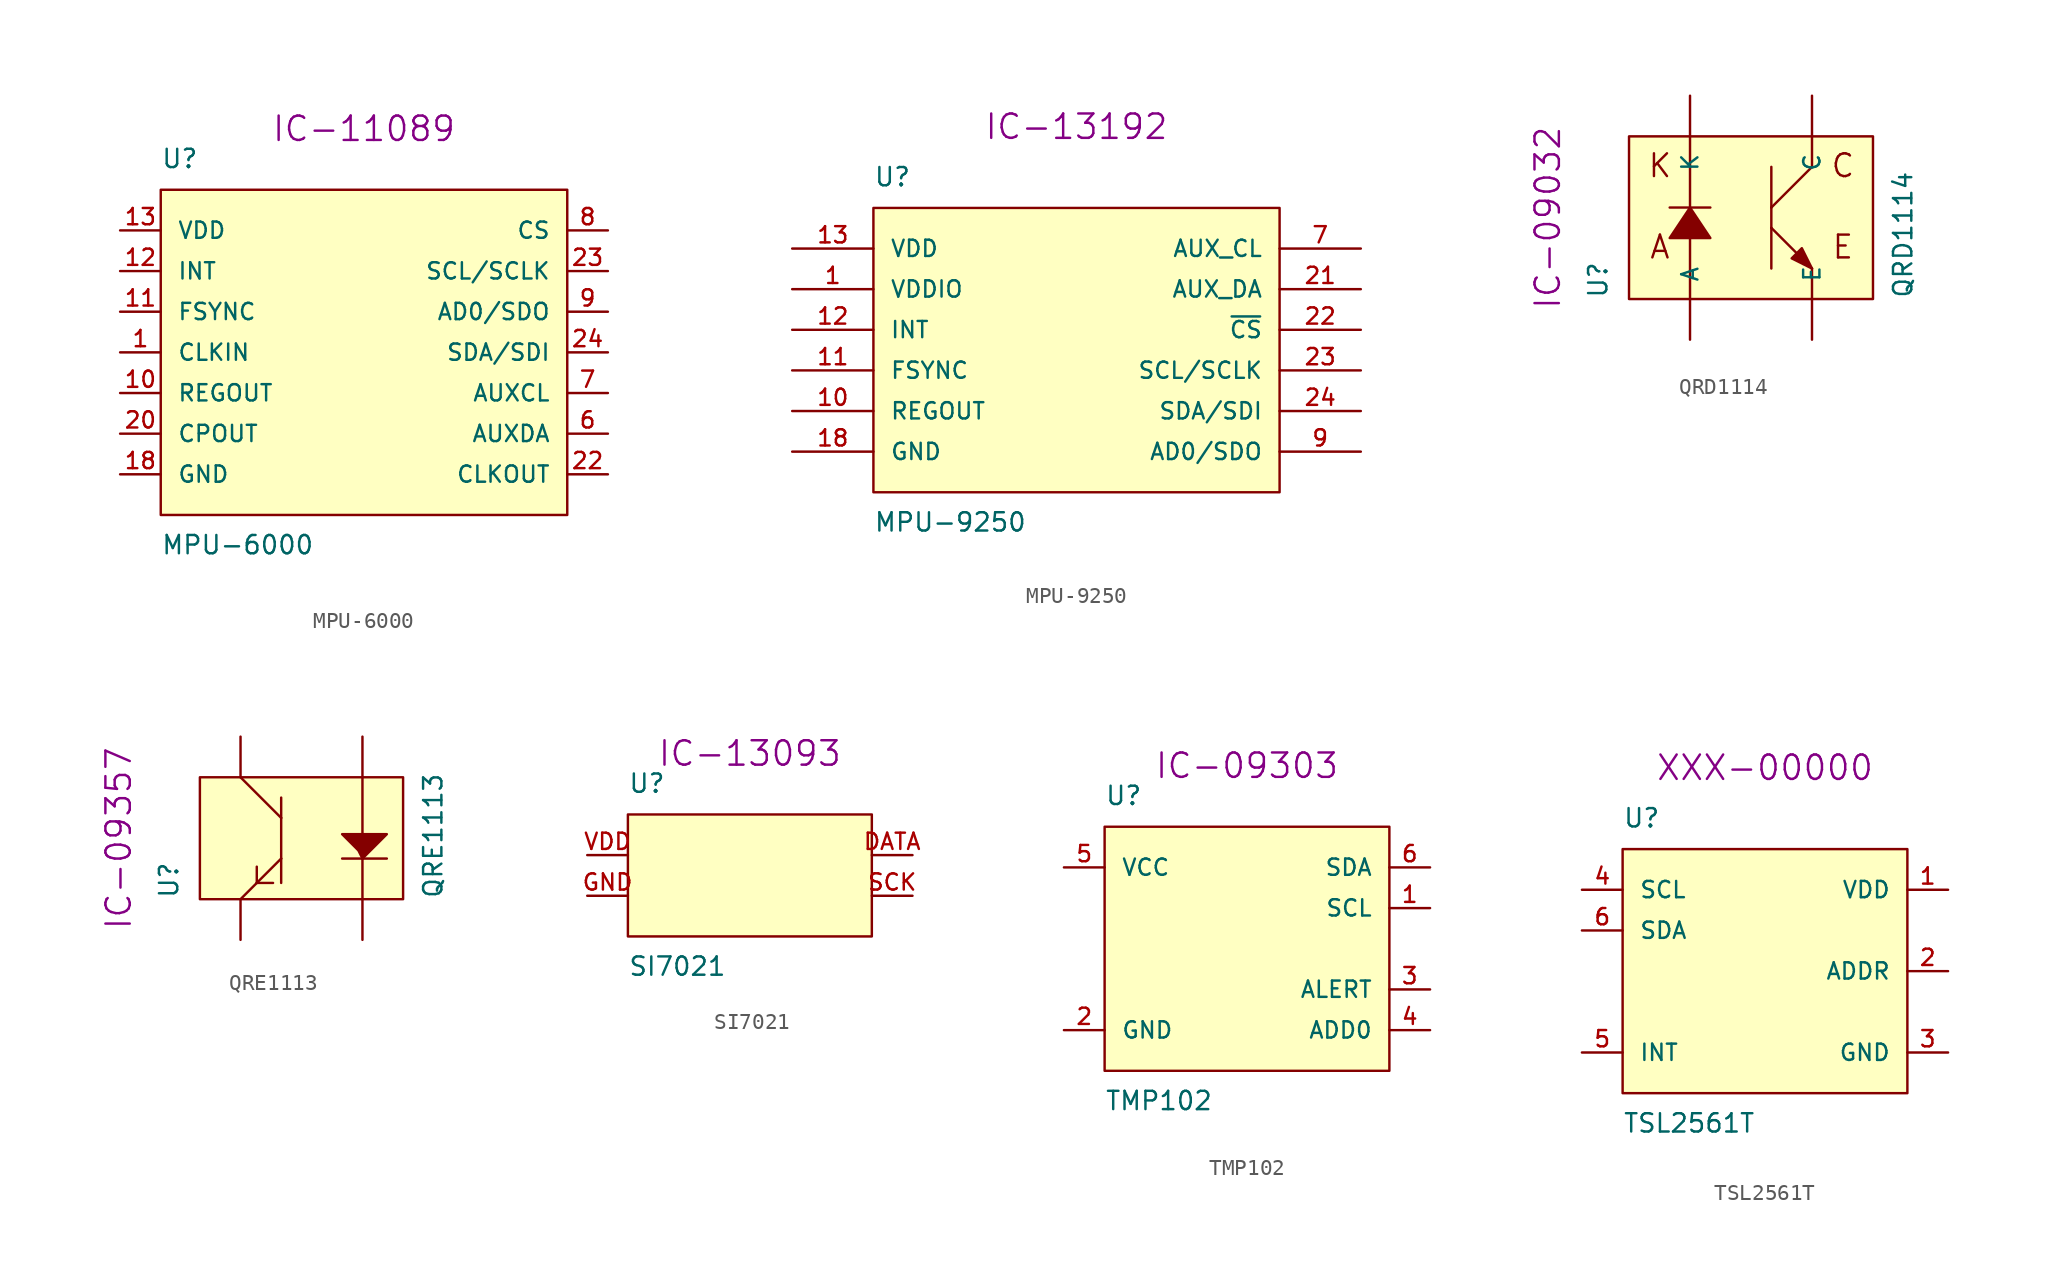
<source format=kicad_sym>
(kicad_symbol_lib
  (version 20220914)
  (generator kicad_symbol_editor)
  (symbol "MPU-6000"
    (pin_names
      (offset 1.016))
    (property "Reference" "U"
      (at -12.7 11.43 0)
      (effects (font (size 1.143 1.143)) (justify left bottom)))
    (property "Value" "MPU-6000"
      (at -12.7 -12.7 0)
      (effects (font (size 1.143 1.143)) (justify left bottom)))
    (property "Field4" "IC-11089"
      (at 0 13.97 0)
      (effects (font (size 1.524 1.524))))
    (property "ki_locked" ""
      (at 0 0 0)
      (effects (font (size 1.27 1.27))))
    (symbol "MPU-6000_1_1"
      (polyline (pts (xy -12.7 10.16) (xy -12.7 -10.16) (xy 12.7 -10.16) (xy 12.7 10.16) (xy -12.7 10.16)) (stroke (width 0) (type solid)) (fill (type background)))
      (pin bidirectional line (at -15.24 0 0) (length 2.54) (name "CLKIN" (effects (font (size 1.016 1.016)))) (number "1" (effects (font (size 1.016 1.016)))))
      (pin bidirectional line (at -15.24 -2.54 0) (length 2.54) (name "REGOUT" (effects (font (size 1.016 1.016)))) (number "10" (effects (font (size 1.016 1.016)))))
      (pin bidirectional line (at -15.24 2.54 0) (length 2.54) (name "FSYNC" (effects (font (size 1.016 1.016)))) (number "11" (effects (font (size 1.016 1.016)))))
      (pin bidirectional line (at -15.24 5.08 0) (length 2.54) (name "INT" (effects (font (size 1.016 1.016)))) (number "12" (effects (font (size 1.016 1.016)))))
      (pin bidirectional line (at -15.24 7.62 0) (length 2.54) (name "VDD" (effects (font (size 1.016 1.016)))) (number "13" (effects (font (size 1.016 1.016)))))
      (pin bidirectional line (at -15.24 -7.62 0) (length 2.54) (name "GND" (effects (font (size 1.016 1.016)))) (number "18" (effects (font (size 1.016 1.016)))))
      (pin bidirectional line (at -15.24 -5.08 0) (length 2.54) (name "CPOUT" (effects (font (size 1.016 1.016)))) (number "20" (effects (font (size 1.016 1.016)))))
      (pin bidirectional line (at 15.24 -7.62 180) (length 2.54) (name "CLKOUT" (effects (font (size 1.016 1.016)))) (number "22" (effects (font (size 1.016 1.016)))))
      (pin bidirectional line (at 15.24 5.08 180) (length 2.54) (name "SCL/SCLK" (effects (font (size 1.016 1.016)))) (number "23" (effects (font (size 1.016 1.016)))))
      (pin bidirectional line (at 15.24 0 180) (length 2.54) (name "SDA/SDI" (effects (font (size 1.016 1.016)))) (number "24" (effects (font (size 1.016 1.016)))))
      (pin bidirectional line (at 15.24 -5.08 180) (length 2.54) (name "AUXDA" (effects (font (size 1.016 1.016)))) (number "6" (effects (font (size 1.016 1.016)))))
      (pin bidirectional line (at 15.24 -2.54 180) (length 2.54) (name "AUXCL" (effects (font (size 1.016 1.016)))) (number "7" (effects (font (size 1.016 1.016)))))
      (pin bidirectional line (at 15.24 7.62 180) (length 2.54) (name "CS" (effects (font (size 1.016 1.016)))) (number "8" (effects (font (size 1.016 1.016)))))
      (pin bidirectional line (at 15.24 2.54 180) (length 2.54) (name "AD0/SDO" (effects (font (size 1.016 1.016)))) (number "9" (effects (font (size 1.016 1.016)))))))
  (symbol "MPU-9250"
    (pin_names
      (offset 1.016))
    (property "Reference" "U"
      (at -12.7 11.43 0)
      (effects (font (size 1.143 1.143)) (justify left bottom)))
    (property "Value" "MPU-9250"
      (at -12.7 -10.16 0)
      (effects (font (size 1.143 1.143)) (justify left bottom)))
    (property "Field4" "IC-13192"
      (at 0 15.24 0)
      (effects (font (size 1.524 1.524))))
    (property "ki_locked" ""
      (at 0 0 0)
      (effects (font (size 1.27 1.27))))
    (symbol "MPU-9250_1_1"
      (polyline (pts (xy -12.7 10.16) (xy -12.7 -7.62) (xy 12.7 -7.62) (xy 12.7 10.16) (xy -12.7 10.16)) (stroke (width 0) (type solid)) (fill (type background)))
      (pin bidirectional line (at -17.78 5.08 0) (length 5.08) (name "VDDIO" (effects (font (size 1.016 1.016)))) (number "1" (effects (font (size 1.016 1.016)))))
      (pin bidirectional line (at -17.78 -2.54 0) (length 5.08) (name "REGOUT" (effects (font (size 1.016 1.016)))) (number "10" (effects (font (size 1.016 1.016)))))
      (pin bidirectional line (at -17.78 0 0) (length 5.08) (name "FSYNC" (effects (font (size 1.016 1.016)))) (number "11" (effects (font (size 1.016 1.016)))))
      (pin bidirectional line (at -17.78 2.54 0) (length 5.08) (name "INT" (effects (font (size 1.016 1.016)))) (number "12" (effects (font (size 1.016 1.016)))))
      (pin bidirectional line (at -17.78 7.62 0) (length 5.08) (name "VDD" (effects (font (size 1.016 1.016)))) (number "13" (effects (font (size 1.016 1.016)))))
      (pin bidirectional line (at -17.78 -5.08 0) (length 5.08) (name "GND" (effects (font (size 1.016 1.016)))) (number "18" (effects (font (size 1.016 1.016)))))
      (pin bidirectional line (at -17.78 -5.08 0) (length 5.08) hide (name "GND" (effects (font (size 1.016 1.016)))) (number "20" (effects (font (size 1.016 1.016)))))
      (pin bidirectional line (at 17.78 5.08 180) (length 5.08) (name "AUX_DA" (effects (font (size 1.016 1.016)))) (number "21" (effects (font (size 1.016 1.016)))))
      (pin bidirectional line (at 17.78 2.54 180) (length 5.08) (name "~{CS}" (effects (font (size 1.016 1.016)))) (number "22" (effects (font (size 1.016 1.016)))))
      (pin bidirectional line (at 17.78 0 180) (length 5.08) (name "SCL/SCLK" (effects (font (size 1.016 1.016)))) (number "23" (effects (font (size 1.016 1.016)))))
      (pin bidirectional line (at 17.78 -2.54 180) (length 5.08) (name "SDA/SDI" (effects (font (size 1.016 1.016)))) (number "24" (effects (font (size 1.016 1.016)))))
      (pin bidirectional line (at 17.78 7.62 180) (length 5.08) (name "AUX_CL" (effects (font (size 1.016 1.016)))) (number "7" (effects (font (size 1.016 1.016)))))
      (pin bidirectional line (at -17.78 5.08 0) (length 5.08) hide (name "VDDIO" (effects (font (size 1.016 1.016)))) (number "8" (effects (font (size 1.016 1.016)))))
      (pin bidirectional line (at 17.78 -5.08 180) (length 5.08) (name "AD0/SDO" (effects (font (size 1.016 1.016)))) (number "9" (effects (font (size 1.016 1.016)))))))
  (symbol "QRD1114"
    (pin_numbers hide)
    (pin_names
      (offset 1.016))
    (property "Reference" "U"
      (at -10.16 -5.08 90)
      (effects (font (size 1.143 1.143)) (justify left bottom)))
    (property "Value" "QRD1114"
      (at 8.89 -5.08 90)
      (effects (font (size 1.143 1.143)) (justify left bottom)))
    (property "Field4" "IC-09032"
      (at -13.97 0 90)
      (effects (font (size 1.524 1.524))))
    (property "ki_locked" ""
      (at 0 0 0)
      (effects (font (size 1.27 1.27))))
    (symbol "QRD1114_1_0"
      (polyline (pts (xy -5.08 5.08) (xy -5.08 -5.08)) (stroke (width 0) (type solid)) (fill (type none)))
      (polyline (pts (xy -3.81 0.635) (xy -6.35 0.635)) (stroke (width 0) (type solid)) (fill (type none)))
      (polyline (pts (xy 0 -0.635) (xy 0 -3.175)) (stroke (width 0) (type solid)) (fill (type none)))
      (polyline (pts (xy 0 -0.635) (xy 2.54 -3.175)) (stroke (width 0) (type solid)) (fill (type none)))
      (polyline (pts (xy 0 0.635) (xy 0 -0.635)) (stroke (width 0) (type solid)) (fill (type none)))
      (polyline (pts (xy 0 3.175) (xy 0 0.635)) (stroke (width 0) (type solid)) (fill (type none)))
      (polyline (pts (xy 2.54 -3.175) (xy 2.54 -5.08)) (stroke (width 0) (type solid)) (fill (type none)))
      (polyline (pts (xy 2.54 3.175) (xy 0 0.635)) (stroke (width 0) (type solid)) (fill (type none)))
      (polyline (pts (xy 2.54 5.08) (xy 2.54 3.175)) (stroke (width 0) (type solid)) (fill (type none)))
      (text "A" (at -6.96 -1.829 0) (effects (font (size 1.422 1.422))))
      (text "C" (at 4.47 3.251 0) (effects (font (size 1.422 1.422))))
      (text "E" (at 4.47 -1.829 0) (effects (font (size 1.422 1.422))))
      (text "K" (at -6.96 3.251 0) (effects (font (size 1.422 1.422)))))
    (symbol "QRD1114_1_1"
      (polyline (pts (xy -5.08 0.635) (xy -3.81 -1.27) (xy -3.81 -1.27) (xy -6.35 -1.27) (xy -6.35 -1.27) (xy -5.08 0.635)) (stroke (width 0) (type solid)) (fill (type outline)))
      (polyline (pts (xy 2.54 -3.175) (xy 1.905 -1.905) (xy 1.905 -1.905) (xy 1.27 -2.54) (xy 1.27 -2.54) (xy 2.54 -3.175)) (stroke (width 0) (type solid)) (fill (type outline)))
      (polyline (pts (xy -8.89 5.08) (xy -8.89 -5.08) (xy -5.08 -5.08) (xy 2.54 -5.08) (xy 6.35 -5.08) (xy 6.35 5.08) (xy 2.54 5.08) (xy -5.08 5.08) (xy -8.89 5.08)) (stroke (width 0) (type solid)) (fill (type background)))
      (pin bidirectional line (at 2.54 7.62 270) (length 2.54) (name "C" (effects (font (size 1.016 1.016)))) (number "1" (effects (font (size 1.016 1.016)))))
      (pin bidirectional line (at 2.54 -7.62 90) (length 2.54) (name "E" (effects (font (size 1.016 1.016)))) (number "2" (effects (font (size 1.016 1.016)))))
      (pin bidirectional line (at -5.08 -7.62 90) (length 2.54) (name "A" (effects (font (size 1.016 1.016)))) (number "3" (effects (font (size 1.016 1.016)))))
      (pin bidirectional line (at -5.08 7.62 270) (length 2.54) (name "K" (effects (font (size 1.016 1.016)))) (number "4" (effects (font (size 1.016 1.016)))))))
  (symbol "QRE1113"
    (pin_numbers hide)
    (pin_names
      (offset 1.016) hide)
    (property "Reference" "U"
      (at -6.35 -5.08 90)
      (effects (font (size 1.143 1.143)) (justify left bottom)))
    (property "Value" "QRE1113"
      (at 10.16 -5.08 90)
      (effects (font (size 1.143 1.143)) (justify left bottom)))
    (property "Field4" "IC-09357"
      (at -10.16 -1.27 90)
      (effects (font (size 1.524 1.524))))
    (property "ki_locked" ""
      (at 0 0 0)
      (effects (font (size 1.27 1.27))))
    (symbol "QRE1113_1_0"
      (polyline (pts (xy -2.54 2.54) (xy 0 0)) (stroke (width 0) (type solid)) (fill (type none)))
      (polyline (pts (xy -1.524 -4.064) (xy -2.54 -5.08)) (stroke (width 0) (type solid)) (fill (type none)))
      (polyline (pts (xy -1.524 -4.064) (xy -1.524 -3.048)) (stroke (width 0) (type solid)) (fill (type none)))
      (polyline (pts (xy -1.524 -4.064) (xy -0.508 -4.064)) (stroke (width 0) (type solid)) (fill (type none)))
      (polyline (pts (xy 0 -2.54) (xy -1.524 -4.064)) (stroke (width 0) (type solid)) (fill (type none)))
      (polyline (pts (xy 0 -2.54) (xy 0 -4.064)) (stroke (width 0) (type solid)) (fill (type none)))
      (polyline (pts (xy 0 0) (xy 0 -2.54)) (stroke (width 0) (type solid)) (fill (type none)))
      (polyline (pts (xy 0 0) (xy 0 1.27)) (stroke (width 0) (type solid)) (fill (type none)))
      (polyline (pts (xy 3.81 -2.54) (xy 5.08 -2.54)) (stroke (width 0) (type solid)) (fill (type none)))
      (polyline (pts (xy 5.08 -2.54) (xy 5.08 -5.08)) (stroke (width 0) (type solid)) (fill (type none)))
      (polyline (pts (xy 5.08 -2.54) (xy 6.604 -2.54)) (stroke (width 0) (type solid)) (fill (type none)))
      (polyline (pts (xy 5.08 2.54) (xy 5.08 -2.54)) (stroke (width 0) (type solid)) (fill (type none))))
    (symbol "QRE1113_1_1"
      (polyline (pts (xy 5.08 -2.54) (xy 6.604 -1.016) (xy 6.604 -1.016) (xy 3.81 -1.016) (xy 3.81 -1.016) (xy 4.826 -2.032) (xy 4.826 -2.032) (xy 5.08 -2.54)) (stroke (width 0) (type solid)) (fill (type outline)))
      (polyline (pts (xy -5.08 2.54) (xy -5.08 -5.08) (xy -2.54 -5.08) (xy 5.08 -5.08) (xy 7.62 -5.08) (xy 7.62 2.54) (xy 5.08 2.54) (xy -2.54 2.54) (xy -5.08 2.54)) (stroke (width 0) (type solid)) (fill (type background)))
      (pin bidirectional line (at 5.08 5.08 270) (length 2.54) (name "A" (effects (font (size 1.016 1.016)))) (number "1" (effects (font (size 1.016 1.016)))))
      (pin bidirectional line (at 5.08 -7.62 90) (length 2.54) (name "K" (effects (font (size 1.016 1.016)))) (number "2" (effects (font (size 1.016 1.016)))))
      (pin bidirectional line (at -2.54 5.08 270) (length 2.54) (name "C" (effects (font (size 1.016 1.016)))) (number "3" (effects (font (size 1.016 1.016)))))
      (pin bidirectional line (at -2.54 -7.62 90) (length 2.54) (name "E" (effects (font (size 1.016 1.016)))) (number "4" (effects (font (size 1.016 1.016)))))))
  (symbol "SI7021"
    (pin_names
      (offset 1.016) hide)
    (property "Reference" "U"
      (at -7.62 6.35 0)
      (effects (font (size 1.143 1.143)) (justify left bottom)))
    (property "Value" "SI7021"
      (at -7.62 -5.08 0)
      (effects (font (size 1.143 1.143)) (justify left bottom)))
    (property "Field4" "IC-13093"
      (at 0 8.89 0)
      (effects (font (size 1.524 1.524))))
    (property "ki_locked" ""
      (at 0 0 0)
      (effects (font (size 1.27 1.27))))
    (symbol "SI7021_1_1"
      (polyline (pts (xy -7.62 -2.54) (xy -7.62 5.08) (xy 7.62 5.08) (xy 7.62 -2.54) (xy -7.62 -2.54)) (stroke (width 0) (type solid)) (fill (type background)))
      (pin bidirectional line (at 10.16 2.54 180) (length 2.54) (name "DATA" (effects (font (size 1.016 1.016)))) (number "DATA" (effects (font (size 1.016 1.016)))))
      (pin power_in line (at -10.16 0 0) (length 2.54) (name "GND" (effects (font (size 1.016 1.016)))) (number "GND" (effects (font (size 1.016 1.016)))))
      (pin input line (at 10.16 0 180) (length 2.54) (name "SCK" (effects (font (size 1.016 1.016)))) (number "SCK" (effects (font (size 1.016 1.016)))))
      (pin power_in line (at -10.16 2.54 0) (length 2.54) (name "VDD" (effects (font (size 1.016 1.016)))) (number "VDD" (effects (font (size 1.016 1.016)))))))
  (symbol "TMP102"
    (pin_names
      (offset 1.016))
    (property "Reference" "U"
      (at -8.89 8.89 0)
      (effects (font (size 1.143 1.143)) (justify left bottom)))
    (property "Value" "TMP102"
      (at -8.89 -10.16 0)
      (effects (font (size 1.143 1.143)) (justify left bottom)))
    (property "Field4" "IC-09303"
      (at 0 11.43 0)
      (effects (font (size 1.524 1.524))))
    (property "ki_locked" ""
      (at 0 0 0)
      (effects (font (size 1.27 1.27))))
    (symbol "TMP102_1_1"
      (polyline (pts (xy -8.89 -7.62) (xy 8.89 -7.62) (xy 8.89 7.62) (xy -8.89 7.62) (xy -8.89 -7.62)) (stroke (width 0) (type solid)) (fill (type background)))
      (pin bidirectional line (at 11.43 2.54 180) (length 2.54) (name "SCL" (effects (font (size 1.016 1.016)))) (number "1" (effects (font (size 1.016 1.016)))))
      (pin bidirectional line (at -11.43 -5.08 0) (length 2.54) (name "GND" (effects (font (size 1.016 1.016)))) (number "2" (effects (font (size 1.016 1.016)))))
      (pin bidirectional line (at 11.43 -2.54 180) (length 2.54) (name "ALERT" (effects (font (size 1.016 1.016)))) (number "3" (effects (font (size 1.016 1.016)))))
      (pin bidirectional line (at 11.43 -5.08 180) (length 2.54) (name "ADD0" (effects (font (size 1.016 1.016)))) (number "4" (effects (font (size 1.016 1.016)))))
      (pin bidirectional line (at -11.43 5.08 0) (length 2.54) (name "VCC" (effects (font (size 1.016 1.016)))) (number "5" (effects (font (size 1.016 1.016)))))
      (pin bidirectional line (at 11.43 5.08 180) (length 2.54) (name "SDA" (effects (font (size 1.016 1.016)))) (number "6" (effects (font (size 1.016 1.016)))))))
  (symbol "TSL2561T"
    (pin_names
      (offset 1.016))
    (property "Reference" "U"
      (at -8.89 8.89 0)
      (effects (font (size 1.143 1.143)) (justify left bottom)))
    (property "Value" "TSL2561T"
      (at -8.89 -10.16 0)
      (effects (font (size 1.143 1.143)) (justify left bottom)))
    (property "Field4" "XXX-00000"
      (at 0 12.7 0)
      (effects (font (size 1.524 1.524))))
    (property "ki_locked" ""
      (at 0 0 0)
      (effects (font (size 1.27 1.27))))
    (symbol "TSL2561T_1_1"
      (polyline (pts (xy -8.89 7.62) (xy -8.89 -7.62) (xy 8.89 -7.62) (xy 8.89 7.62) (xy -8.89 7.62)) (stroke (width 0) (type solid)) (fill (type background)))
      (pin power_in line (at 11.43 5.08 180) (length 2.54) (name "VDD" (effects (font (size 1.016 1.016)))) (number "1" (effects (font (size 1.016 1.016)))))
      (pin input line (at 11.43 0 180) (length 2.54) (name "ADDR" (effects (font (size 1.016 1.016)))) (number "2" (effects (font (size 1.016 1.016)))))
      (pin power_in line (at 11.43 -5.08 180) (length 2.54) (name "GND" (effects (font (size 1.016 1.016)))) (number "3" (effects (font (size 1.016 1.016)))))
      (pin input line (at -11.43 5.08 0) (length 2.54) (name "SCL" (effects (font (size 1.016 1.016)))) (number "4" (effects (font (size 1.016 1.016)))))
      (pin output line (at -11.43 -5.08 0) (length 2.54) (name "INT" (effects (font (size 1.016 1.016)))) (number "5" (effects (font (size 1.016 1.016)))))
      (pin bidirectional line (at -11.43 2.54 0) (length 2.54) (name "SDA" (effects (font (size 1.016 1.016)))) (number "6" (effects (font (size 1.016 1.016))))))))
</source>
